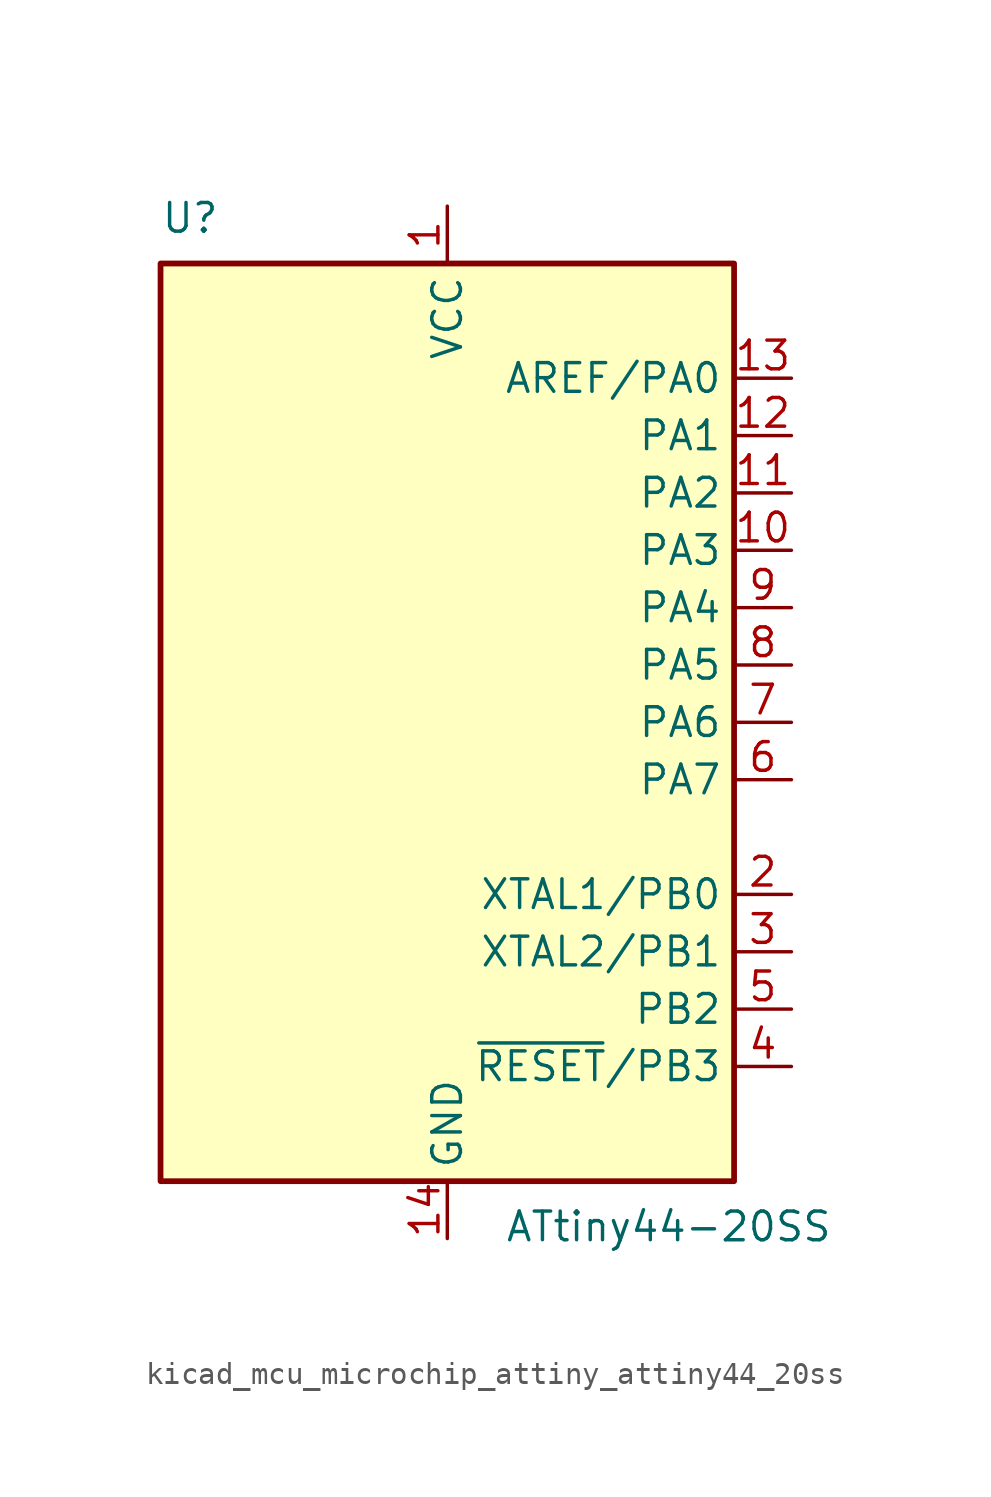
<source format=kicad_sym>
(kicad_symbol_lib
  (version 20220914)
  (generator kicad_symbol_editor)
  (symbol "kicad_mcu_microchip_attiny_attiny44_20ss"
    (property "Reference" "U"
      (at -12.7 21.59 0)
      (effects (font (size 1.27 1.27)) (justify left bottom)))
    (property "Value" "ATtiny44-20SS"
      (at 2.54 -21.59 0)
      (effects (font (size 1.27 1.27)) (justify left top)))
    (symbol "kicad_mcu_microchip_attiny_attiny44_20ss_0_1"
      (rectangle (start -12.7 -20.32) (end 12.7 20.32) (stroke (width 0.254) (type default)) (fill (type background))))
    (symbol "kicad_mcu_microchip_attiny_attiny44_20ss_1_1"
      (pin power_in line (at 0 22.86 270) (length 2.54) (name "VCC" (effects (font (size 1.27 1.27)))) (number "1" (effects (font (size 1.27 1.27)))))
      (pin bidirectional line (at 15.24 7.62 180) (length 2.54) (name "PA3" (effects (font (size 1.27 1.27)))) (number "10" (effects (font (size 1.27 1.27)))))
      (pin bidirectional line (at 15.24 10.16 180) (length 2.54) (name "PA2" (effects (font (size 1.27 1.27)))) (number "11" (effects (font (size 1.27 1.27)))))
      (pin bidirectional line (at 15.24 12.7 180) (length 2.54) (name "PA1" (effects (font (size 1.27 1.27)))) (number "12" (effects (font (size 1.27 1.27)))))
      (pin bidirectional line (at 15.24 15.24 180) (length 2.54) (name "AREF/PA0" (effects (font (size 1.27 1.27)))) (number "13" (effects (font (size 1.27 1.27)))))
      (pin power_in line (at 0 -22.86 90) (length 2.54) (name "GND" (effects (font (size 1.27 1.27)))) (number "14" (effects (font (size 1.27 1.27)))))
      (pin bidirectional line (at 15.24 -7.62 180) (length 2.54) (name "XTAL1/PB0" (effects (font (size 1.27 1.27)))) (number "2" (effects (font (size 1.27 1.27)))))
      (pin bidirectional line (at 15.24 -10.16 180) (length 2.54) (name "XTAL2/PB1" (effects (font (size 1.27 1.27)))) (number "3" (effects (font (size 1.27 1.27)))))
      (pin bidirectional line (at 15.24 -15.24 180) (length 2.54) (name "~{RESET}/PB3" (effects (font (size 1.27 1.27)))) (number "4" (effects (font (size 1.27 1.27)))))
      (pin bidirectional line (at 15.24 -12.7 180) (length 2.54) (name "PB2" (effects (font (size 1.27 1.27)))) (number "5" (effects (font (size 1.27 1.27)))))
      (pin bidirectional line (at 15.24 -2.54 180) (length 2.54) (name "PA7" (effects (font (size 1.27 1.27)))) (number "6" (effects (font (size 1.27 1.27)))))
      (pin bidirectional line (at 15.24 0 180) (length 2.54) (name "PA6" (effects (font (size 1.27 1.27)))) (number "7" (effects (font (size 1.27 1.27)))))
      (pin bidirectional line (at 15.24 2.54 180) (length 2.54) (name "PA5" (effects (font (size 1.27 1.27)))) (number "8" (effects (font (size 1.27 1.27)))))
      (pin bidirectional line (at 15.24 5.08 180) (length 2.54) (name "PA4" (effects (font (size 1.27 1.27)))) (number "9" (effects (font (size 1.27 1.27))))))))
</source>
